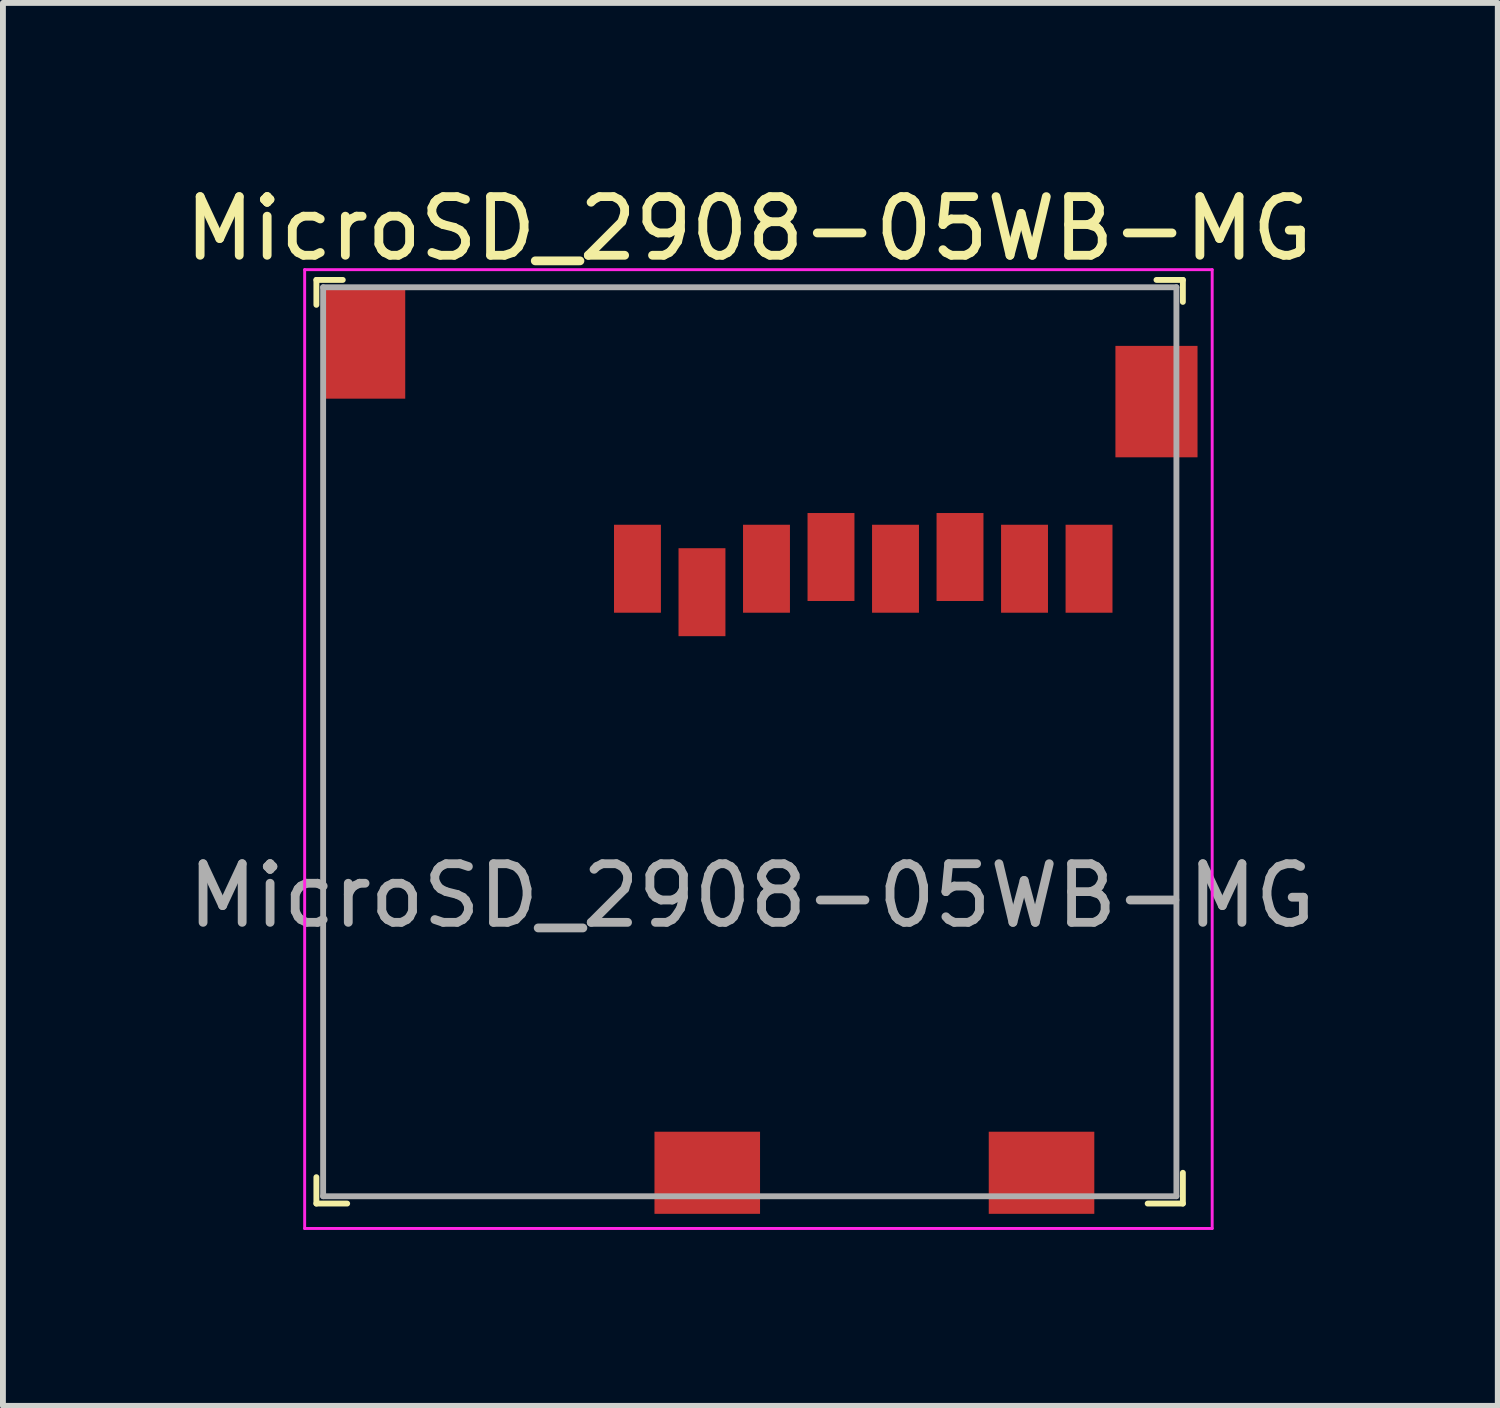
<source format=kicad_pcb>
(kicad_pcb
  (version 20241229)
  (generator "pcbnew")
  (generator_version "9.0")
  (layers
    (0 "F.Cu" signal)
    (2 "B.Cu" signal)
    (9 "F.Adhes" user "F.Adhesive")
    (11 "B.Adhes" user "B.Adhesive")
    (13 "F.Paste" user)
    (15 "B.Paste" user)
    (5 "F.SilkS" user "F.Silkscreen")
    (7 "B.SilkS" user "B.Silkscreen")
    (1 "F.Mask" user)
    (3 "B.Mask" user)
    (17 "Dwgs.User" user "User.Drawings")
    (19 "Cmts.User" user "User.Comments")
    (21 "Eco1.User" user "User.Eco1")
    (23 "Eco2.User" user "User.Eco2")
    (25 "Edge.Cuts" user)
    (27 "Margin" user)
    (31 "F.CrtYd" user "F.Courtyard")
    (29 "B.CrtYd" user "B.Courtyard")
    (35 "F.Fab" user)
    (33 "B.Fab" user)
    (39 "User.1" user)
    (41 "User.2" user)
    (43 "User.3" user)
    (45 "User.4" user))
  (footprint "MicroSD_2908-05WB-MG"
    (layer "F.Cu")
    (at 7.82 6.648)
    (property "Reference" "MicroSD_2908-05WB-MG" (at 1.9 -5.8 0) (layer "F.SilkS") (effects (font (size 1 1) (thickness 0.15))))
    (attr smd)
    (fp_line (start -5.475 -4.925) (end -5.475 -4.5) (stroke (width 0.1) (type solid)) (layer "F.SilkS"))
    (fp_line (start -5.475 10.825) (end -5.475 10.375) (stroke (width 0.1) (type solid)) (layer "F.SilkS"))
    (fp_line (start -5.025 -4.925) (end -5.475 -4.925) (stroke (width 0.1) (type solid)) (layer "F.SilkS"))
    (fp_line (start -4.95 10.825) (end -5.475 10.825) (stroke (width 0.1) (type solid)) (layer "F.SilkS"))
    (fp_line (start 8.7 10.825) (end 9.3 10.825) (stroke (width 0.1) (type solid)) (layer "F.SilkS"))
    (fp_line (start 8.85 -4.925) (end 9.3 -4.925) (stroke (width 0.1) (type solid)) (layer "F.SilkS"))
    (fp_line (start 9.3 -4.925) (end 9.3 -4.55) (stroke (width 0.1) (type solid)) (layer "F.SilkS"))
    (fp_line (start 9.3 10.825) (end 9.3 10.3) (stroke (width 0.1) (type solid)) (layer "F.SilkS"))
    (fp_line (start -5.675 -5.1) (end -5.675 11.25) (stroke (width 0.05) (type solid)) (layer "F.CrtYd"))
    (fp_line (start -5.675 -5.1) (end 9.8 -5.1) (stroke (width 0.05) (type solid)) (layer "F.CrtYd"))
    (fp_line (start 9.8 -5.1) (end 9.8 11.25) (stroke (width 0.05) (type solid)) (layer "F.CrtYd"))
    (fp_line (start 9.8 11.25) (end -5.675 11.25) (stroke (width 0.05) (type solid)) (layer "F.CrtYd"))
    (fp_line (start -5.36 -4.8) (end -5.36 10.7) (stroke (width 0.1) (type solid)) (layer "F.Fab"))
    (fp_line (start -5.36 -4.8) (end 9.19 -4.8) (stroke (width 0.1) (type solid)) (layer "F.Fab"))
    (fp_line (start 9.19 -4.8) (end 9.19 10.7) (stroke (width 0.1) (type solid)) (layer "F.Fab"))
    (fp_line (start 9.19 10.7) (end -5.36 10.7) (stroke (width 0.1) (type solid)) (layer "F.Fab"))
    (fp_text user "${REFERENCE}" (at 1.95 5.575 0) (layer "F.Fab") (effects (font (size 1 1) (thickness 0.15))))
    (pad "1" smd rect (at 0 0) (size 0.8 1.5) (layers "F.Cu" "F.Mask" "F.Paste"))
    (pad "2" smd rect (at 1.1 0.4) (size 0.8 1.5) (layers "F.Cu" "F.Mask" "F.Paste"))
    (pad "3" smd rect (at 2.2 0) (size 0.8 1.5) (layers "F.Cu" "F.Mask" "F.Paste"))
    (pad "4" smd rect (at 3.3 -0.2) (size 0.8 1.5) (layers "F.Cu" "F.Mask" "F.Paste"))
    (pad "5" smd rect (at 4.4 0) (size 0.8 1.5) (layers "F.Cu" "F.Mask" "F.Paste"))
    (pad "6" smd rect (at 5.5 -0.2) (size 0.8 1.5) (layers "F.Cu" "F.Mask" "F.Paste"))
    (pad "7" smd rect (at 6.6 0) (size 0.8 1.5) (layers "F.Cu" "F.Mask" "F.Paste"))
    (pad "8" smd rect (at 7.7 0) (size 0.8 1.5) (layers "F.Cu" "F.Mask" "F.Paste"))
    (pad "9" smd rect (at 6.89 10.3) (size 1.8 1.4) (layers "F.Cu" "F.Mask" "F.Paste"))
    (pad "10" smd rect (at 1.19 10.3) (size 1.8 1.4) (layers "F.Cu" "F.Mask" "F.Paste"))
    (pad "11" smd rect (at -4.66 -3.85) (size 1.4 1.9) (layers "F.Cu" "F.Mask" "F.Paste"))
    (pad "11" smd rect (at 8.85 -2.85) (size 1.4 1.9) (layers "F.Cu" "F.Mask" "F.Paste")))
  (gr_rect
    (start -3 -3)
    (end 22.49 20.923)
    (stroke (width 0.1) (type default))
    (fill no)
    (layer "Edge.Cuts")))
</source>
